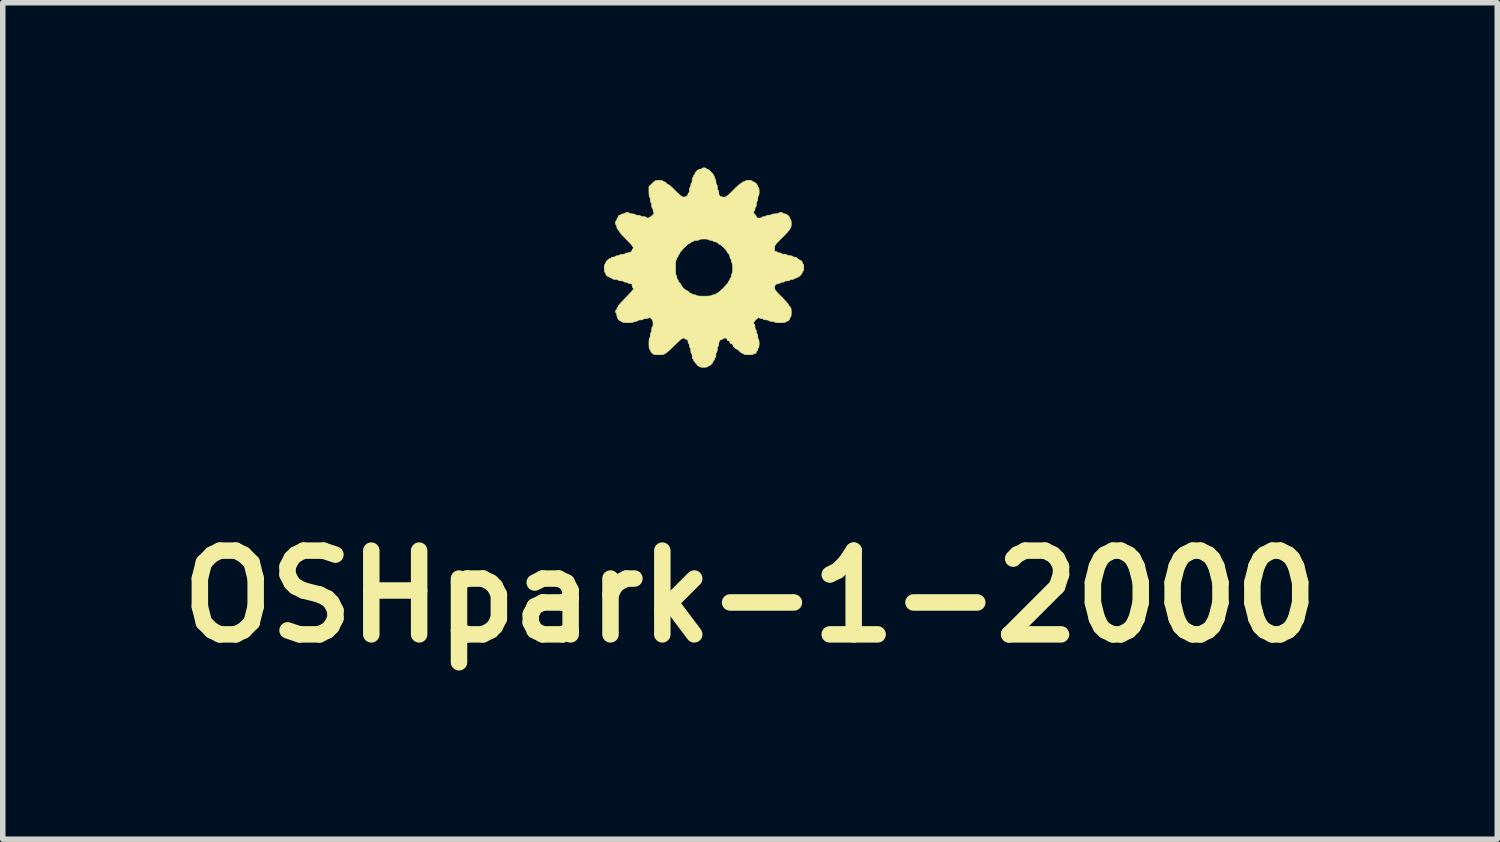
<source format=kicad_pcb>
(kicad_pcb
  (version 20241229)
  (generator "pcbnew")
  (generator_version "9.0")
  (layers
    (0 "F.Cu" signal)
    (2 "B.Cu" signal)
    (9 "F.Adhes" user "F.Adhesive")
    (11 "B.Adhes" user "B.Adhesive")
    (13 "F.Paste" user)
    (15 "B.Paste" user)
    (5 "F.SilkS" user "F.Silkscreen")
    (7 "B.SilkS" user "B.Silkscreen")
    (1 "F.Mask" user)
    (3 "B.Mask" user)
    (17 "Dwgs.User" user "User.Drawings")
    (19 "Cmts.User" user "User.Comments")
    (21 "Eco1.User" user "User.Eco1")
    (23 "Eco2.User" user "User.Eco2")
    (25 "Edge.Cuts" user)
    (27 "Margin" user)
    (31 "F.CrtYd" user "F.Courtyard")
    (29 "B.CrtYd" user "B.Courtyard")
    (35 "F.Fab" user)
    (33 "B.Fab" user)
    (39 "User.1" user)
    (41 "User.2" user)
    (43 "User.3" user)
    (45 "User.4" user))
  (footprint "OSHpark-1-2000"
    (layer "F.Cu")
    (at 9.728 1.808)
    (property "Reference" "OSHpark-1-2000" (at 0.875 6 0) (layer "F.SilkS") (effects (font (size 1.524 1.524) (thickness 0.3))))
    (attr through_hole)
    (fp_poly (pts (xy 0.065 -1.8) (xy 0.076 -1.791) (xy 0.076 -1.791) (xy 0.087 -1.779) (xy 0.096 -1.778) (xy 0.119 -1.768) (xy 0.15 -1.743) (xy 0.182 -1.71) (xy 0.209 -1.675) (xy 0.226 -1.644) (xy 0.229 -1.632) (xy 0.233 -1.608) (xy 0.241 -1.6) (xy 0.249 -1.589) (xy 0.254 -1.561) (xy 0.254 -1.549) (xy 0.257 -1.518) (xy 0.264 -1.5) (xy 0.267 -1.499) (xy 0.275 -1.487) (xy 0.279 -1.459) (xy 0.279 -1.448) (xy 0.282 -1.416) (xy 0.289 -1.398) (xy 0.292 -1.397) (xy 0.3 -1.386) (xy 0.305 -1.358) (xy 0.305 -1.352) (xy 0.312 -1.307) (xy 0.335 -1.281) (xy 0.377 -1.271) (xy 0.393 -1.27) (xy 0.415 -1.271) (xy 0.434 -1.276) (xy 0.455 -1.288) (xy 0.482 -1.309) (xy 0.518 -1.343) (xy 0.567 -1.392) (xy 0.572 -1.397) (xy 0.618 -1.443) (xy 0.66 -1.481) (xy 0.693 -1.509) (xy 0.714 -1.523) (xy 0.717 -1.524) (xy 0.734 -1.531) (xy 0.737 -1.537) (xy 0.747 -1.547) (xy 0.762 -1.549) (xy 0.783 -1.555) (xy 0.787 -1.562) (xy 0.799 -1.569) (xy 0.828 -1.574) (xy 0.851 -1.575) (xy 0.887 -1.573) (xy 0.91 -1.567) (xy 0.914 -1.562) (xy 0.925 -1.551) (xy 0.934 -1.549) (xy 0.958 -1.54) (xy 0.986 -1.517) (xy 1.008 -1.489) (xy 1.016 -1.467) (xy 1.023 -1.45) (xy 1.029 -1.448) (xy 1.035 -1.436) (xy 1.04 -1.406) (xy 1.041 -1.372) (xy 1.039 -1.331) (xy 1.034 -1.303) (xy 1.029 -1.295) (xy 1.021 -1.284) (xy 1.016 -1.256) (xy 1.016 -1.245) (xy 1.013 -1.213) (xy 1.006 -1.195) (xy 1.003 -1.194) (xy 0.995 -1.183) (xy 0.991 -1.154) (xy 0.991 -1.143) (xy 0.988 -1.111) (xy 0.981 -1.093) (xy 0.978 -1.092) (xy 0.969 -1.081) (xy 0.965 -1.055) (xy 0.965 -1.054) (xy 0.962 -1.027) (xy 0.953 -1.016) (xy 0.953 -1.016) (xy 0.941 -1.007) (xy 0.942 -0.987) (xy 0.954 -0.964) (xy 0.965 -0.953) (xy 0.985 -0.93) (xy 0.991 -0.912) (xy 0.996 -0.897) (xy 1.017 -0.89) (xy 1.041 -0.889) (xy 1.073 -0.892) (xy 1.091 -0.899) (xy 1.092 -0.902) (xy 1.103 -0.911) (xy 1.13 -0.914) (xy 1.13 -0.914) (xy 1.157 -0.918) (xy 1.168 -0.927) (xy 1.168 -0.927) (xy 1.18 -0.935) (xy 1.208 -0.939) (xy 1.219 -0.94) (xy 1.251 -0.943) (xy 1.269 -0.95) (xy 1.27 -0.953) (xy 1.281 -0.96) (xy 1.289 -0.961) (xy 1.427 -0.961) (xy 1.428 -0.953) (xy 1.435 -0.953) (xy 1.446 -0.957) (xy 1.444 -0.961) (xy 1.428 -0.962) (xy 1.427 -0.961) (xy 1.289 -0.961) (xy 1.311 -0.964) (xy 1.333 -0.965) (xy 1.37 -0.967) (xy 1.393 -0.973) (xy 1.397 -0.978) (xy 1.408 -0.987) (xy 1.435 -0.991) (xy 1.435 -0.991) (xy 1.462 -0.987) (xy 1.473 -0.978) (xy 1.473 -0.978) (xy 1.484 -0.968) (xy 1.506 -0.965) (xy 1.537 -0.956) (xy 1.569 -0.934) (xy 1.593 -0.906) (xy 1.6 -0.883) (xy 1.607 -0.866) (xy 1.613 -0.864) (xy 1.62 -0.852) (xy 1.624 -0.822) (xy 1.626 -0.787) (xy 1.624 -0.747) (xy 1.619 -0.719) (xy 1.613 -0.711) (xy 1.602 -0.701) (xy 1.6 -0.692) (xy 1.592 -0.676) (xy 1.568 -0.647) (xy 1.532 -0.607) (xy 1.487 -0.56) (xy 1.46 -0.533) (xy 1.408 -0.48) (xy 1.37 -0.442) (xy 1.345 -0.413) (xy 1.331 -0.391) (xy 1.323 -0.372) (xy 1.321 -0.352) (xy 1.321 -0.337) (xy 1.322 -0.301) (xy 1.329 -0.284) (xy 1.344 -0.279) (xy 1.346 -0.279) (xy 1.367 -0.274) (xy 1.372 -0.267) (xy 1.383 -0.258) (xy 1.409 -0.254) (xy 1.41 -0.254) (xy 1.436 -0.25) (xy 1.448 -0.241) (xy 1.448 -0.241) (xy 1.459 -0.233) (xy 1.487 -0.229) (xy 1.499 -0.229) (xy 1.53 -0.226) (xy 1.548 -0.219) (xy 1.549 -0.216) (xy 1.561 -0.208) (xy 1.589 -0.204) (xy 1.6 -0.203) (xy 1.632 -0.2) (xy 1.65 -0.193) (xy 1.651 -0.191) (xy 1.662 -0.181) (xy 1.686 -0.178) (xy 1.722 -0.168) (xy 1.74 -0.152) (xy 1.76 -0.133) (xy 1.775 -0.127) (xy 1.801 -0.116) (xy 1.823 -0.092) (xy 1.829 -0.071) (xy 1.835 -0.053) (xy 1.841 -0.051) (xy 1.849 -0.039) (xy 1.853 -0.01) (xy 1.854 0.013) (xy 1.852 0.049) (xy 1.846 0.072) (xy 1.841 0.076) (xy 1.83 0.087) (xy 1.829 0.096) (xy 1.819 0.121) (xy 1.794 0.151) (xy 1.761 0.179) (xy 1.728 0.198) (xy 1.709 0.203) (xy 1.685 0.207) (xy 1.676 0.216) (xy 1.665 0.225) (xy 1.639 0.229) (xy 1.638 0.229) (xy 1.612 0.232) (xy 1.6 0.241) (xy 1.6 0.241) (xy 1.589 0.249) (xy 1.561 0.254) (xy 1.549 0.254) (xy 1.518 0.257) (xy 1.5 0.264) (xy 1.499 0.267) (xy 1.488 0.276) (xy 1.461 0.279) (xy 1.46 0.279) (xy 1.434 0.283) (xy 1.422 0.292) (xy 1.422 0.292) (xy 1.412 0.302) (xy 1.39 0.305) (xy 1.35 0.315) (xy 1.327 0.344) (xy 1.321 0.381) (xy 1.323 0.399) (xy 1.333 0.42) (xy 1.353 0.447) (xy 1.385 0.483) (xy 1.433 0.531) (xy 1.448 0.546) (xy 1.494 0.593) (xy 1.532 0.634) (xy 1.56 0.666) (xy 1.574 0.686) (xy 1.575 0.689) (xy 1.584 0.709) (xy 1.6 0.724) (xy 1.614 0.738) (xy 1.622 0.761) (xy 1.625 0.798) (xy 1.626 0.828) (xy 1.624 0.873) (xy 1.619 0.903) (xy 1.613 0.914) (xy 1.602 0.925) (xy 1.6 0.934) (xy 1.589 0.963) (xy 1.564 0.985) (xy 1.544 0.991) (xy 1.526 0.997) (xy 1.524 1.003) (xy 1.512 1.01) (xy 1.48 1.014) (xy 1.431 1.016) (xy 1.422 1.016) (xy 1.372 1.015) (xy 1.337 1.01) (xy 1.321 1.004) (xy 1.321 1.003) (xy 1.31 0.995) (xy 1.281 0.991) (xy 1.27 0.991) (xy 1.238 0.988) (xy 1.22 0.981) (xy 1.219 0.978) (xy 1.208 0.97) (xy 1.18 0.966) (xy 1.168 0.965) (xy 1.137 0.962) (xy 1.119 0.955) (xy 1.118 0.953) (xy 1.107 0.943) (xy 1.081 0.94) (xy 1.052 0.935) (xy 1.038 0.924) (xy 1.028 0.923) (xy 1.008 0.937) (xy 0.983 0.959) (xy 0.96 0.985) (xy 0.944 1.009) (xy 0.94 1.022) (xy 0.947 1.039) (xy 0.953 1.041) (xy 0.96 1.053) (xy 0.965 1.081) (xy 0.965 1.092) (xy 0.968 1.124) (xy 0.975 1.142) (xy 0.978 1.143) (xy 0.987 1.154) (xy 0.991 1.181) (xy 0.991 1.181) (xy 0.994 1.208) (xy 1.003 1.219) (xy 1.003 1.219) (xy 1.011 1.23) (xy 1.016 1.259) (xy 1.016 1.27) (xy 1.019 1.302) (xy 1.026 1.32) (xy 1.029 1.321) (xy 1.035 1.332) (xy 1.04 1.363) (xy 1.041 1.397) (xy 1.039 1.438) (xy 1.034 1.465) (xy 1.029 1.473) (xy 1.018 1.484) (xy 1.016 1.499) (xy 1.011 1.519) (xy 1.003 1.524) (xy 0.993 1.535) (xy 0.991 1.549) (xy 0.982 1.571) (xy 0.965 1.575) (xy 0.945 1.58) (xy 0.94 1.587) (xy 0.928 1.594) (xy 0.897 1.599) (xy 0.851 1.6) (xy 0.851 1.6) (xy 0.805 1.599) (xy 0.774 1.594) (xy 0.762 1.588) (xy 0.762 1.587) (xy 0.752 1.576) (xy 0.742 1.575) (xy 0.721 1.566) (xy 0.693 1.544) (xy 0.686 1.537) (xy 0.66 1.513) (xy 0.64 1.499) (xy 0.636 1.499) (xy 0.615 1.489) (xy 0.589 1.466) (xy 0.568 1.439) (xy 0.559 1.417) (xy 0.559 1.417) (xy 0.548 1.4) (xy 0.533 1.397) (xy 0.512 1.388) (xy 0.508 1.372) (xy 0.499 1.35) (xy 0.483 1.346) (xy 0.461 1.337) (xy 0.457 1.321) (xy 0.451 1.302) (xy 0.429 1.296) (xy 0.419 1.295) (xy 0.392 1.299) (xy 0.381 1.308) (xy 0.381 1.308) (xy 0.371 1.319) (xy 0.361 1.321) (xy 0.331 1.332) (xy 0.311 1.363) (xy 0.305 1.402) (xy 0.302 1.432) (xy 0.294 1.447) (xy 0.292 1.448) (xy 0.284 1.459) (xy 0.28 1.487) (xy 0.279 1.499) (xy 0.277 1.53) (xy 0.27 1.548) (xy 0.267 1.549) (xy 0.259 1.561) (xy 0.254 1.589) (xy 0.254 1.6) (xy 0.251 1.632) (xy 0.244 1.65) (xy 0.241 1.651) (xy 0.231 1.662) (xy 0.229 1.676) (xy 0.223 1.697) (xy 0.216 1.702) (xy 0.205 1.712) (xy 0.203 1.721) (xy 0.194 1.746) (xy 0.17 1.773) (xy 0.143 1.795) (xy 0.121 1.803) (xy 0.104 1.81) (xy 0.102 1.816) (xy 0.09 1.823) (xy 0.06 1.827) (xy 0.029 1.828) (xy -0.013 1.826) (xy -0.042 1.819) (xy -0.067 1.802) (xy -0.098 1.771) (xy -0.127 1.738) (xy -0.147 1.71) (xy -0.152 1.696) (xy -0.159 1.679) (xy -0.165 1.676) (xy -0.173 1.665) (xy -0.177 1.637) (xy -0.178 1.626) (xy -0.181 1.594) (xy -0.188 1.576) (xy -0.191 1.575) (xy -0.198 1.564) (xy -0.203 1.535) (xy -0.203 1.524) (xy -0.206 1.492) (xy -0.213 1.474) (xy -0.216 1.473) (xy -0.225 1.462) (xy -0.229 1.436) (xy -0.229 1.435) (xy -0.232 1.408) (xy -0.241 1.397) (xy -0.241 1.397) (xy -0.25 1.386) (xy -0.254 1.359) (xy -0.254 1.359) (xy -0.258 1.331) (xy -0.273 1.321) (xy -0.279 1.321) (xy -0.3 1.315) (xy -0.305 1.308) (xy -0.316 1.299) (xy -0.337 1.295) (xy -0.355 1.301) (xy -0.382 1.318) (xy -0.418 1.348) (xy -0.467 1.395) (xy -0.508 1.435) (xy -0.557 1.483) (xy -0.601 1.524) (xy -0.637 1.555) (xy -0.66 1.572) (xy -0.666 1.575) (xy -0.684 1.582) (xy -0.686 1.587) (xy -0.698 1.594) (xy -0.73 1.598) (xy -0.777 1.6) (xy -0.782 1.6) (xy -0.833 1.599) (xy -0.866 1.595) (xy -0.888 1.586) (xy -0.907 1.571) (xy -0.909 1.569) (xy -0.93 1.542) (xy -0.94 1.52) (xy -0.94 1.518) (xy -0.946 1.501) (xy -0.953 1.499) (xy -0.959 1.487) (xy -0.963 1.454) (xy -0.965 1.406) (xy -0.965 1.397) (xy -0.964 1.347) (xy -0.96 1.311) (xy -0.954 1.296) (xy -0.953 1.295) (xy -0.945 1.284) (xy -0.94 1.256) (xy -0.94 1.245) (xy -0.937 1.213) (xy -0.93 1.195) (xy -0.927 1.194) (xy -0.919 1.183) (xy -0.915 1.154) (xy -0.914 1.143) (xy -0.912 1.111) (xy -0.905 1.093) (xy -0.902 1.092) (xy -0.894 1.081) (xy -0.89 1.052) (xy -0.889 1.034) (xy -0.893 0.991) (xy -0.908 0.959) (xy -0.923 0.943) (xy -0.948 0.922) (xy -0.961 0.922) (xy -0.962 0.924) (xy -0.977 0.934) (xy -1.008 0.94) (xy -1.017 0.94) (xy -1.048 0.943) (xy -1.066 0.95) (xy -1.067 0.953) (xy -1.078 0.96) (xy -1.106 0.965) (xy -1.118 0.965) (xy -1.149 0.968) (xy -1.167 0.975) (xy -1.168 0.978) (xy -1.179 0.987) (xy -1.206 0.991) (xy -1.206 0.991) (xy -1.233 0.994) (xy -1.245 1.003) (xy -1.245 1.003) (xy -1.256 1.01) (xy -1.289 1.014) (xy -1.337 1.016) (xy -1.346 1.016) (xy -1.397 1.015) (xy -1.432 1.01) (xy -1.447 1.004) (xy -1.448 1.003) (xy -1.458 0.992) (xy -1.467 0.991) (xy -1.498 0.979) (xy -1.525 0.951) (xy -1.544 0.913) (xy -1.549 0.883) (xy -1.553 0.854) (xy -1.56 0.839) (xy -1.562 0.838) (xy -1.572 0.828) (xy -1.575 0.813) (xy -1.569 0.792) (xy -1.562 0.787) (xy -1.552 0.777) (xy -1.549 0.762) (xy -1.544 0.741) (xy -1.537 0.737) (xy -1.525 0.726) (xy -1.524 0.717) (xy -1.515 0.702) (xy -1.492 0.672) (xy -1.456 0.633) (xy -1.411 0.586) (xy -1.384 0.559) (xy -1.321 0.494) (xy -1.277 0.445) (xy -1.252 0.411) (xy -1.244 0.39) (xy -1.253 0.381) (xy -1.257 0.381) (xy -1.266 0.37) (xy -1.27 0.343) (xy -1.27 0.343) (xy -1.273 0.316) (xy -1.288 0.306) (xy -1.308 0.305) (xy -1.335 0.301) (xy -1.346 0.292) (xy -1.346 0.292) (xy -1.357 0.283) (xy -1.384 0.279) (xy -1.384 0.279) (xy -1.411 0.276) (xy -1.422 0.267) (xy -1.422 0.267) (xy -1.434 0.259) (xy -1.462 0.254) (xy -1.473 0.254) (xy -1.505 0.251) (xy -1.523 0.244) (xy -1.524 0.241) (xy -1.535 0.233) (xy -1.563 0.229) (xy -1.575 0.229) (xy -1.607 0.226) (xy -1.624 0.219) (xy -1.626 0.216) (xy -1.636 0.206) (xy -1.651 0.203) (xy -1.672 0.198) (xy -1.676 0.191) (xy -1.687 0.179) (xy -1.696 0.178) (xy -1.725 0.167) (xy -1.747 0.142) (xy -1.753 0.122) (xy -1.759 0.104) (xy -1.765 0.102) (xy -1.772 0.09) (xy -1.777 0.06) (xy -1.778 0.025) (xy -1.777 0.013) (xy -0.483 0.013) (xy -0.481 0.076) (xy -0.478 0.122) (xy -0.474 0.148) (xy -0.47 0.152) (xy -0.461 0.163) (xy -0.457 0.19) (xy -0.457 0.191) (xy -0.454 0.217) (xy -0.445 0.229) (xy -0.445 0.229) (xy -0.434 0.239) (xy -0.432 0.251) (xy -0.422 0.276) (xy -0.406 0.292) (xy -0.387 0.312) (xy -0.381 0.327) (xy -0.373 0.345) (xy -0.351 0.373) (xy -0.337 0.388) (xy -0.308 0.414) (xy -0.284 0.429) (xy -0.276 0.432) (xy -0.257 0.441) (xy -0.241 0.457) (xy -0.218 0.477) (xy -0.2 0.483) (xy -0.181 0.489) (xy -0.178 0.495) (xy -0.167 0.504) (xy -0.14 0.508) (xy -0.14 0.508) (xy -0.113 0.512) (xy -0.102 0.521) (xy -0.102 0.521) (xy -0.089 0.526) (xy -0.055 0.531) (xy -0.002 0.533) (xy 0.038 0.533) (xy 0.101 0.532) (xy 0.147 0.529) (xy 0.173 0.524) (xy 0.178 0.521) (xy 0.189 0.512) (xy 0.215 0.508) (xy 0.216 0.508) (xy 0.243 0.504) (xy 0.254 0.495) (xy 0.254 0.495) (xy 0.264 0.484) (xy 0.273 0.483) (xy 0.29 0.474) (xy 0.319 0.451) (xy 0.357 0.417) (xy 0.388 0.388) (xy 0.427 0.347) (xy 0.458 0.31) (xy 0.478 0.284) (xy 0.483 0.273) (xy 0.489 0.256) (xy 0.495 0.254) (xy 0.506 0.243) (xy 0.508 0.229) (xy 0.513 0.208) (xy 0.521 0.203) (xy 0.53 0.192) (xy 0.533 0.166) (xy 0.533 0.165) (xy 0.537 0.138) (xy 0.546 0.127) (xy 0.546 0.127) (xy 0.552 0.115) (xy 0.557 0.083) (xy 0.559 0.034) (xy 0.559 0.025) (xy 0.557 -0.025) (xy 0.553 -0.06) (xy 0.547 -0.076) (xy 0.546 -0.076) (xy 0.537 -0.087) (xy 0.533 -0.114) (xy 0.533 -0.114) (xy 0.53 -0.141) (xy 0.521 -0.152) (xy 0.521 -0.152) (xy 0.512 -0.163) (xy 0.508 -0.188) (xy 0.498 -0.223) (xy 0.483 -0.241) (xy 0.463 -0.262) (xy 0.457 -0.276) (xy 0.448 -0.294) (xy 0.426 -0.322) (xy 0.396 -0.354) (xy 0.365 -0.382) (xy 0.339 -0.401) (xy 0.327 -0.406) (xy 0.307 -0.416) (xy 0.292 -0.432) (xy 0.264 -0.452) (xy 0.238 -0.457) (xy 0.213 -0.461) (xy 0.203 -0.47) (xy 0.192 -0.479) (xy 0.166 -0.483) (xy 0.165 -0.483) (xy 0.138 -0.486) (xy 0.127 -0.495) (xy 0.127 -0.495) (xy 0.115 -0.502) (xy 0.084 -0.506) (xy 0.038 -0.508) (xy 0.038 -0.508) (xy -0.008 -0.506) (xy -0.039 -0.502) (xy -0.051 -0.495) (xy -0.051 -0.495) (xy -0.062 -0.487) (xy -0.09 -0.483) (xy -0.102 -0.483) (xy -0.133 -0.48) (xy -0.151 -0.473) (xy -0.152 -0.47) (xy -0.163 -0.46) (xy -0.178 -0.457) (xy -0.198 -0.452) (xy -0.203 -0.445) (xy -0.214 -0.433) (xy -0.222 -0.432) (xy -0.241 -0.423) (xy -0.27 -0.4) (xy -0.305 -0.367) (xy -0.342 -0.331) (xy -0.374 -0.295) (xy -0.397 -0.266) (xy -0.406 -0.248) (xy -0.406 -0.248) (xy -0.413 -0.231) (xy -0.419 -0.229) (xy -0.429 -0.218) (xy -0.432 -0.203) (xy -0.437 -0.183) (xy -0.445 -0.178) (xy -0.455 -0.167) (xy -0.457 -0.152) (xy -0.463 -0.132) (xy -0.47 -0.127) (xy -0.476 -0.115) (xy -0.48 -0.081) (xy -0.482 -0.027) (xy -0.483 0.013) (xy -1.777 0.013) (xy -1.776 -0.015) (xy -1.771 -0.043) (xy -1.765 -0.051) (xy -1.754 -0.061) (xy -1.753 -0.07) (xy -1.743 -0.095) (xy -1.72 -0.122) (xy -1.692 -0.144) (xy -1.671 -0.152) (xy -1.653 -0.159) (xy -1.651 -0.165) (xy -1.64 -0.174) (xy -1.613 -0.178) (xy -1.613 -0.178) (xy -1.586 -0.181) (xy -1.575 -0.19) (xy -1.575 -0.191) (xy -1.564 -0.199) (xy -1.537 -0.203) (xy -1.537 -0.203) (xy -1.51 -0.207) (xy -1.499 -0.216) (xy -1.499 -0.216) (xy -1.487 -0.224) (xy -1.459 -0.228) (xy -1.448 -0.229) (xy -1.416 -0.231) (xy -1.398 -0.238) (xy -1.397 -0.241) (xy -1.386 -0.25) (xy -1.358 -0.254) (xy -1.352 -0.254) (xy -1.308 -0.262) (xy -1.279 -0.283) (xy -1.27 -0.31) (xy -1.263 -0.328) (xy -1.257 -0.33) (xy -1.244 -0.337) (xy -1.25 -0.357) (xy -1.274 -0.391) (xy -1.317 -0.44) (xy -1.372 -0.495) (xy -1.417 -0.542) (xy -1.456 -0.583) (xy -1.484 -0.616) (xy -1.498 -0.635) (xy -1.499 -0.638) (xy -1.508 -0.658) (xy -1.524 -0.673) (xy -1.545 -0.701) (xy -1.549 -0.727) (xy -1.553 -0.752) (xy -1.562 -0.762) (xy -1.571 -0.773) (xy -1.575 -0.8) (xy -1.575 -0.8) (xy -1.574 -0.806) (xy -1.549 -0.806) (xy -1.543 -0.8) (xy -1.537 -0.806) (xy -1.543 -0.813) (xy -1.549 -0.806) (xy -1.574 -0.806) (xy -1.571 -0.827) (xy -1.562 -0.838) (xy -1.562 -0.838) (xy -1.552 -0.849) (xy -1.549 -0.864) (xy -1.544 -0.884) (xy -1.537 -0.889) (xy -1.526 -0.9) (xy -1.524 -0.914) (xy -1.515 -0.936) (xy -1.499 -0.94) (xy -1.478 -0.945) (xy -1.473 -0.953) (xy -1.463 -0.961) (xy -1.367 -0.961) (xy -1.366 -0.953) (xy -1.359 -0.953) (xy -1.348 -0.957) (xy -1.35 -0.961) (xy -1.366 -0.962) (xy -1.367 -0.961) (xy -1.463 -0.961) (xy -1.462 -0.961) (xy -1.436 -0.965) (xy -1.435 -0.965) (xy -1.408 -0.969) (xy -1.397 -0.978) (xy -1.397 -0.978) (xy -1.386 -0.987) (xy -1.359 -0.991) (xy -1.359 -0.991) (xy -1.332 -0.987) (xy -1.321 -0.978) (xy -1.321 -0.978) (xy -1.31 -0.97) (xy -1.281 -0.966) (xy -1.27 -0.965) (xy -1.238 -0.962) (xy -1.22 -0.955) (xy -1.219 -0.953) (xy -1.208 -0.945) (xy -1.18 -0.94) (xy -1.168 -0.94) (xy -1.137 -0.937) (xy -1.119 -0.93) (xy -1.118 -0.927) (xy -1.106 -0.919) (xy -1.078 -0.915) (xy -1.067 -0.914) (xy -1.035 -0.912) (xy -1.017 -0.905) (xy -1.016 -0.902) (xy -1.005 -0.892) (xy -0.984 -0.889) (xy -0.961 -0.896) (xy -0.933 -0.913) (xy -0.905 -0.935) (xy -0.882 -0.959) (xy -0.87 -0.978) (xy -0.874 -0.988) (xy -0.885 -1.003) (xy -0.889 -1.03) (xy -0.893 -1.056) (xy -0.902 -1.067) (xy -0.91 -1.078) (xy -0.914 -1.106) (xy -0.914 -1.118) (xy -0.917 -1.149) (xy -0.924 -1.167) (xy -0.927 -1.168) (xy -0.935 -1.18) (xy -0.939 -1.208) (xy -0.94 -1.219) (xy -0.943 -1.251) (xy -0.95 -1.269) (xy -0.953 -1.27) (xy -0.959 -1.282) (xy -0.963 -1.314) (xy -0.965 -1.361) (xy -0.965 -1.366) (xy -0.965 -1.461) (xy -0.908 -1.518) (xy -0.875 -1.549) (xy -0.85 -1.566) (xy -0.822 -1.573) (xy -0.782 -1.575) (xy -0.781 -1.575) (xy -0.743 -1.573) (xy -0.718 -1.567) (xy -0.711 -1.562) (xy -0.701 -1.551) (xy -0.689 -1.549) (xy -0.664 -1.54) (xy -0.648 -1.524) (xy -0.627 -1.504) (xy -0.613 -1.499) (xy -0.598 -1.49) (xy -0.569 -1.467) (xy -0.531 -1.432) (xy -0.487 -1.389) (xy -0.483 -1.384) (xy -0.433 -1.335) (xy -0.397 -1.302) (xy -0.369 -1.282) (xy -0.348 -1.272) (xy -0.33 -1.27) (xy -0.289 -1.278) (xy -0.262 -1.301) (xy -0.254 -1.326) (xy -0.247 -1.344) (xy -0.241 -1.346) (xy -0.233 -1.357) (xy -0.229 -1.386) (xy -0.229 -1.397) (xy -0.226 -1.429) (xy -0.219 -1.447) (xy -0.216 -1.448) (xy -0.207 -1.459) (xy -0.203 -1.485) (xy -0.203 -1.486) (xy -0.2 -1.513) (xy -0.191 -1.524) (xy -0.191 -1.524) (xy -0.183 -1.535) (xy -0.178 -1.563) (xy -0.178 -1.575) (xy -0.175 -1.607) (xy -0.168 -1.624) (xy -0.165 -1.626) (xy -0.155 -1.636) (xy -0.152 -1.651) (xy -0.147 -1.672) (xy -0.14 -1.676) (xy -0.129 -1.687) (xy -0.127 -1.696) (xy -0.116 -1.723) (xy -0.091 -1.751) (xy -0.058 -1.771) (xy -0.049 -1.774) (xy 0.03 -1.774) (xy 0.031 -1.766) (xy 0.038 -1.765) (xy 0.049 -1.77) (xy 0.047 -1.774) (xy 0.031 -1.775) (xy 0.03 -1.774) (xy -0.049 -1.774) (xy -0.032 -1.778) (xy -0.008 -1.782) (xy 0 -1.791) (xy 0.011 -1.8) (xy 0.038 -1.803) (xy 0.038 -1.803) (xy 0.065 -1.8)) (stroke (width 0.01) (type solid)) (fill yes) (layer "F.SilkS")))
  (gr_rect
    (start -3 -3)
    (end 24.205 12.226)
    (stroke (width 0.1) (type default))
    (fill no)
    (layer "Edge.Cuts")))
</source>
